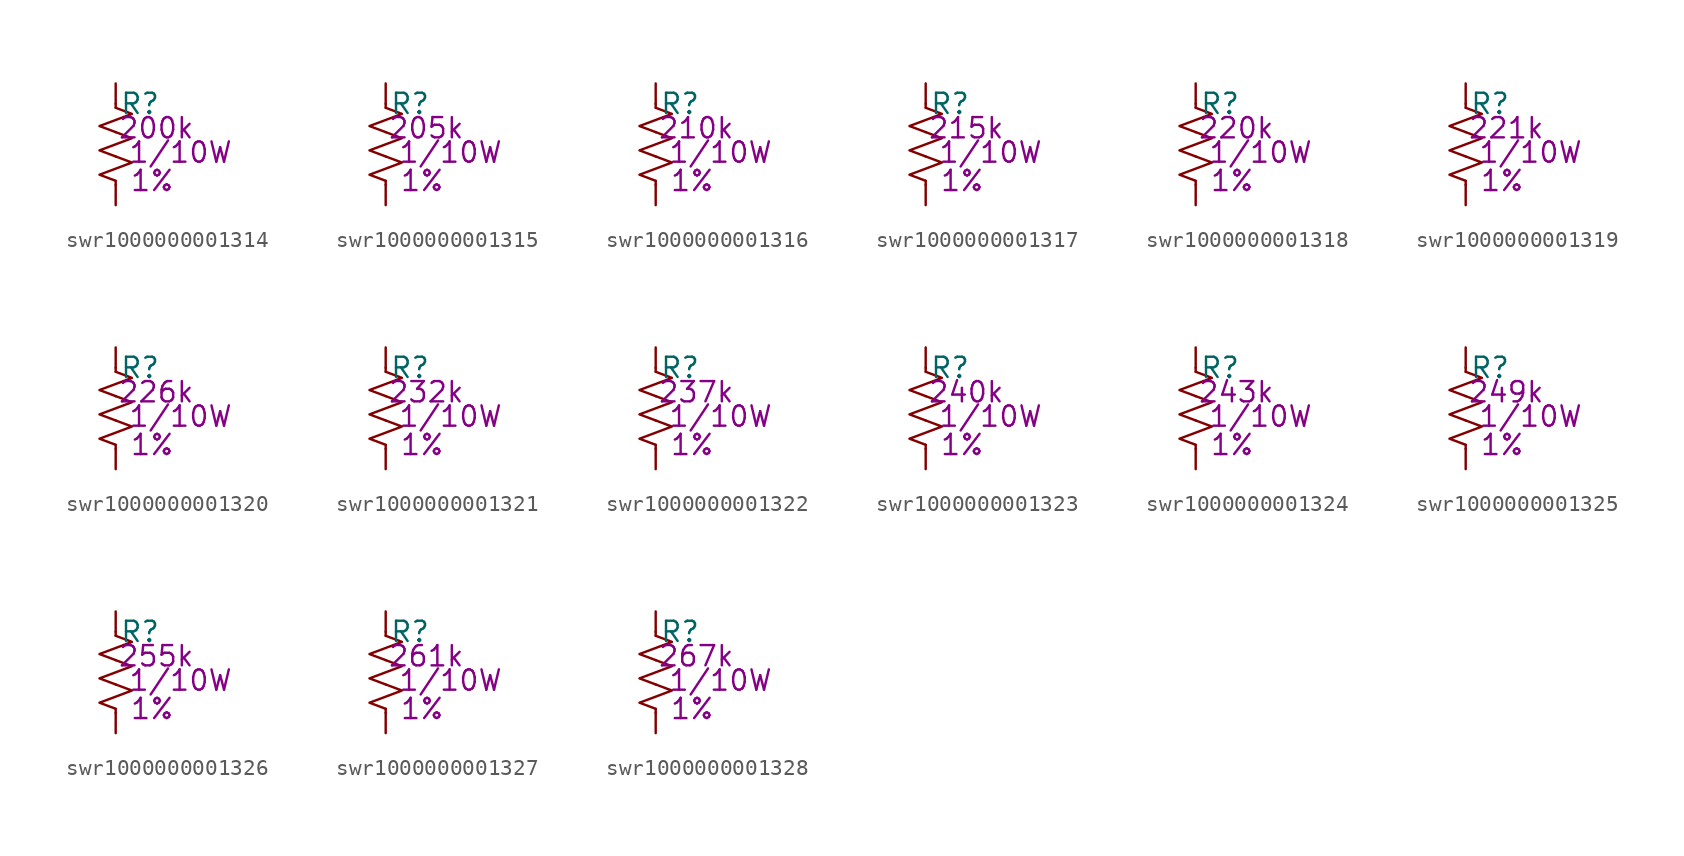
<source format=kicad_sym>
(kicad_symbol_lib
  (version 20211014)
  (generator kicad_symbol_editor)
  (symbol "swr1000000001314"
    (pin_numbers hide)
    (pin_names
      (offset 1.016))
    (property "Reference" "R"
      (at 1.524 2.54 0)
      (effects (font (size 1.27 1.27))))
    (property "PartValue" "200k"
      (at 2.54 1.016 0)
      (effects (font (size 1.27 1.27))))
    (property "Tolerance" "1%"
      (at 2.286 -2.286 0)
      (effects (font (size 1.27 1.27))))
    (property "Wattage" "1/10W"
      (at 4.064 -0.508 0)
      (effects (font (size 1.27 1.27))))
    (symbol "swr1000000001314_1_1"
      (polyline (pts (xy 0 -2.286) (xy 0 -2.54)) (stroke (width 0) (type default) (color 0 0 0 0)) (fill (type none)))
      (polyline (pts (xy 0 2.286) (xy 0 2.54)) (stroke (width 0) (type default) (color 0 0 0 0)) (fill (type none)))
      (polyline (pts (xy 0 -0.762) (xy 1.016 -1.143) (xy 0 -1.524) (xy -1.016 -1.905) (xy 0 -2.286)) (stroke (width 0) (type default) (color 0 0 0 0)) (fill (type none)))
      (polyline (pts (xy 0 0.762) (xy 1.016 0.381) (xy 0 0) (xy -1.016 -0.381) (xy 0 -0.762)) (stroke (width 0) (type default) (color 0 0 0 0)) (fill (type none)))
      (polyline (pts (xy 0 2.286) (xy 1.016 1.905) (xy 0 1.524) (xy -1.016 1.143) (xy 0 0.762)) (stroke (width 0) (type default) (color 0 0 0 0)) (fill (type none)))
      (pin passive line (at 0 3.81 270) (length 1.27) (name "~" (effects (font (size 1.27 1.27)))) (number "1" (effects (font (size 1.27 1.27)))))
      (pin passive line (at 0 -3.81 90) (length 1.27) (name "~" (effects (font (size 1.27 1.27)))) (number "2" (effects (font (size 1.27 1.27)))))))
  (symbol "swr1000000001315"
    (pin_numbers hide)
    (pin_names
      (offset 1.016))
    (property "Reference" "R"
      (at 1.524 2.54 0)
      (effects (font (size 1.27 1.27))))
    (property "PartValue" "205k"
      (at 2.54 1.016 0)
      (effects (font (size 1.27 1.27))))
    (property "Tolerance" "1%"
      (at 2.286 -2.286 0)
      (effects (font (size 1.27 1.27))))
    (property "Wattage" "1/10W"
      (at 4.064 -0.508 0)
      (effects (font (size 1.27 1.27))))
    (symbol "swr1000000001315_1_1"
      (polyline (pts (xy 0 -2.286) (xy 0 -2.54)) (stroke (width 0) (type default) (color 0 0 0 0)) (fill (type none)))
      (polyline (pts (xy 0 2.286) (xy 0 2.54)) (stroke (width 0) (type default) (color 0 0 0 0)) (fill (type none)))
      (polyline (pts (xy 0 -0.762) (xy 1.016 -1.143) (xy 0 -1.524) (xy -1.016 -1.905) (xy 0 -2.286)) (stroke (width 0) (type default) (color 0 0 0 0)) (fill (type none)))
      (polyline (pts (xy 0 0.762) (xy 1.016 0.381) (xy 0 0) (xy -1.016 -0.381) (xy 0 -0.762)) (stroke (width 0) (type default) (color 0 0 0 0)) (fill (type none)))
      (polyline (pts (xy 0 2.286) (xy 1.016 1.905) (xy 0 1.524) (xy -1.016 1.143) (xy 0 0.762)) (stroke (width 0) (type default) (color 0 0 0 0)) (fill (type none)))
      (pin passive line (at 0 3.81 270) (length 1.27) (name "~" (effects (font (size 1.27 1.27)))) (number "1" (effects (font (size 1.27 1.27)))))
      (pin passive line (at 0 -3.81 90) (length 1.27) (name "~" (effects (font (size 1.27 1.27)))) (number "2" (effects (font (size 1.27 1.27)))))))
  (symbol "swr1000000001316"
    (pin_numbers hide)
    (pin_names
      (offset 1.016))
    (property "Reference" "R"
      (at 1.524 2.54 0)
      (effects (font (size 1.27 1.27))))
    (property "PartValue" "210k"
      (at 2.54 1.016 0)
      (effects (font (size 1.27 1.27))))
    (property "Tolerance" "1%"
      (at 2.286 -2.286 0)
      (effects (font (size 1.27 1.27))))
    (property "Wattage" "1/10W"
      (at 4.064 -0.508 0)
      (effects (font (size 1.27 1.27))))
    (symbol "swr1000000001316_1_1"
      (polyline (pts (xy 0 -2.286) (xy 0 -2.54)) (stroke (width 0) (type default) (color 0 0 0 0)) (fill (type none)))
      (polyline (pts (xy 0 2.286) (xy 0 2.54)) (stroke (width 0) (type default) (color 0 0 0 0)) (fill (type none)))
      (polyline (pts (xy 0 -0.762) (xy 1.016 -1.143) (xy 0 -1.524) (xy -1.016 -1.905) (xy 0 -2.286)) (stroke (width 0) (type default) (color 0 0 0 0)) (fill (type none)))
      (polyline (pts (xy 0 0.762) (xy 1.016 0.381) (xy 0 0) (xy -1.016 -0.381) (xy 0 -0.762)) (stroke (width 0) (type default) (color 0 0 0 0)) (fill (type none)))
      (polyline (pts (xy 0 2.286) (xy 1.016 1.905) (xy 0 1.524) (xy -1.016 1.143) (xy 0 0.762)) (stroke (width 0) (type default) (color 0 0 0 0)) (fill (type none)))
      (pin passive line (at 0 3.81 270) (length 1.27) (name "~" (effects (font (size 1.27 1.27)))) (number "1" (effects (font (size 1.27 1.27)))))
      (pin passive line (at 0 -3.81 90) (length 1.27) (name "~" (effects (font (size 1.27 1.27)))) (number "2" (effects (font (size 1.27 1.27)))))))
  (symbol "swr1000000001317"
    (pin_numbers hide)
    (pin_names
      (offset 1.016))
    (property "Reference" "R"
      (at 1.524 2.54 0)
      (effects (font (size 1.27 1.27))))
    (property "PartValue" "215k"
      (at 2.54 1.016 0)
      (effects (font (size 1.27 1.27))))
    (property "Tolerance" "1%"
      (at 2.286 -2.286 0)
      (effects (font (size 1.27 1.27))))
    (property "Wattage" "1/10W"
      (at 4.064 -0.508 0)
      (effects (font (size 1.27 1.27))))
    (symbol "swr1000000001317_1_1"
      (polyline (pts (xy 0 -2.286) (xy 0 -2.54)) (stroke (width 0) (type default) (color 0 0 0 0)) (fill (type none)))
      (polyline (pts (xy 0 2.286) (xy 0 2.54)) (stroke (width 0) (type default) (color 0 0 0 0)) (fill (type none)))
      (polyline (pts (xy 0 -0.762) (xy 1.016 -1.143) (xy 0 -1.524) (xy -1.016 -1.905) (xy 0 -2.286)) (stroke (width 0) (type default) (color 0 0 0 0)) (fill (type none)))
      (polyline (pts (xy 0 0.762) (xy 1.016 0.381) (xy 0 0) (xy -1.016 -0.381) (xy 0 -0.762)) (stroke (width 0) (type default) (color 0 0 0 0)) (fill (type none)))
      (polyline (pts (xy 0 2.286) (xy 1.016 1.905) (xy 0 1.524) (xy -1.016 1.143) (xy 0 0.762)) (stroke (width 0) (type default) (color 0 0 0 0)) (fill (type none)))
      (pin passive line (at 0 3.81 270) (length 1.27) (name "~" (effects (font (size 1.27 1.27)))) (number "1" (effects (font (size 1.27 1.27)))))
      (pin passive line (at 0 -3.81 90) (length 1.27) (name "~" (effects (font (size 1.27 1.27)))) (number "2" (effects (font (size 1.27 1.27)))))))
  (symbol "swr1000000001318"
    (pin_numbers hide)
    (pin_names
      (offset 1.016))
    (property "Reference" "R"
      (at 1.524 2.54 0)
      (effects (font (size 1.27 1.27))))
    (property "PartValue" "220k"
      (at 2.54 1.016 0)
      (effects (font (size 1.27 1.27))))
    (property "Tolerance" "1%"
      (at 2.286 -2.286 0)
      (effects (font (size 1.27 1.27))))
    (property "Wattage" "1/10W"
      (at 4.064 -0.508 0)
      (effects (font (size 1.27 1.27))))
    (symbol "swr1000000001318_1_1"
      (polyline (pts (xy 0 -2.286) (xy 0 -2.54)) (stroke (width 0) (type default) (color 0 0 0 0)) (fill (type none)))
      (polyline (pts (xy 0 2.286) (xy 0 2.54)) (stroke (width 0) (type default) (color 0 0 0 0)) (fill (type none)))
      (polyline (pts (xy 0 -0.762) (xy 1.016 -1.143) (xy 0 -1.524) (xy -1.016 -1.905) (xy 0 -2.286)) (stroke (width 0) (type default) (color 0 0 0 0)) (fill (type none)))
      (polyline (pts (xy 0 0.762) (xy 1.016 0.381) (xy 0 0) (xy -1.016 -0.381) (xy 0 -0.762)) (stroke (width 0) (type default) (color 0 0 0 0)) (fill (type none)))
      (polyline (pts (xy 0 2.286) (xy 1.016 1.905) (xy 0 1.524) (xy -1.016 1.143) (xy 0 0.762)) (stroke (width 0) (type default) (color 0 0 0 0)) (fill (type none)))
      (pin passive line (at 0 3.81 270) (length 1.27) (name "~" (effects (font (size 1.27 1.27)))) (number "1" (effects (font (size 1.27 1.27)))))
      (pin passive line (at 0 -3.81 90) (length 1.27) (name "~" (effects (font (size 1.27 1.27)))) (number "2" (effects (font (size 1.27 1.27)))))))
  (symbol "swr1000000001319"
    (pin_numbers hide)
    (pin_names
      (offset 1.016))
    (property "Reference" "R"
      (at 1.524 2.54 0)
      (effects (font (size 1.27 1.27))))
    (property "PartValue" "221k"
      (at 2.54 1.016 0)
      (effects (font (size 1.27 1.27))))
    (property "Tolerance" "1%"
      (at 2.286 -2.286 0)
      (effects (font (size 1.27 1.27))))
    (property "Wattage" "1/10W"
      (at 4.064 -0.508 0)
      (effects (font (size 1.27 1.27))))
    (symbol "swr1000000001319_1_1"
      (polyline (pts (xy 0 -2.286) (xy 0 -2.54)) (stroke (width 0) (type default) (color 0 0 0 0)) (fill (type none)))
      (polyline (pts (xy 0 2.286) (xy 0 2.54)) (stroke (width 0) (type default) (color 0 0 0 0)) (fill (type none)))
      (polyline (pts (xy 0 -0.762) (xy 1.016 -1.143) (xy 0 -1.524) (xy -1.016 -1.905) (xy 0 -2.286)) (stroke (width 0) (type default) (color 0 0 0 0)) (fill (type none)))
      (polyline (pts (xy 0 0.762) (xy 1.016 0.381) (xy 0 0) (xy -1.016 -0.381) (xy 0 -0.762)) (stroke (width 0) (type default) (color 0 0 0 0)) (fill (type none)))
      (polyline (pts (xy 0 2.286) (xy 1.016 1.905) (xy 0 1.524) (xy -1.016 1.143) (xy 0 0.762)) (stroke (width 0) (type default) (color 0 0 0 0)) (fill (type none)))
      (pin passive line (at 0 3.81 270) (length 1.27) (name "~" (effects (font (size 1.27 1.27)))) (number "1" (effects (font (size 1.27 1.27)))))
      (pin passive line (at 0 -3.81 90) (length 1.27) (name "~" (effects (font (size 1.27 1.27)))) (number "2" (effects (font (size 1.27 1.27)))))))
  (symbol "swr1000000001320"
    (pin_numbers hide)
    (pin_names
      (offset 1.016))
    (property "Reference" "R"
      (at 1.524 2.54 0)
      (effects (font (size 1.27 1.27))))
    (property "PartValue" "226k"
      (at 2.54 1.016 0)
      (effects (font (size 1.27 1.27))))
    (property "Tolerance" "1%"
      (at 2.286 -2.286 0)
      (effects (font (size 1.27 1.27))))
    (property "Wattage" "1/10W"
      (at 4.064 -0.508 0)
      (effects (font (size 1.27 1.27))))
    (symbol "swr1000000001320_1_1"
      (polyline (pts (xy 0 -2.286) (xy 0 -2.54)) (stroke (width 0) (type default) (color 0 0 0 0)) (fill (type none)))
      (polyline (pts (xy 0 2.286) (xy 0 2.54)) (stroke (width 0) (type default) (color 0 0 0 0)) (fill (type none)))
      (polyline (pts (xy 0 -0.762) (xy 1.016 -1.143) (xy 0 -1.524) (xy -1.016 -1.905) (xy 0 -2.286)) (stroke (width 0) (type default) (color 0 0 0 0)) (fill (type none)))
      (polyline (pts (xy 0 0.762) (xy 1.016 0.381) (xy 0 0) (xy -1.016 -0.381) (xy 0 -0.762)) (stroke (width 0) (type default) (color 0 0 0 0)) (fill (type none)))
      (polyline (pts (xy 0 2.286) (xy 1.016 1.905) (xy 0 1.524) (xy -1.016 1.143) (xy 0 0.762)) (stroke (width 0) (type default) (color 0 0 0 0)) (fill (type none)))
      (pin passive line (at 0 3.81 270) (length 1.27) (name "~" (effects (font (size 1.27 1.27)))) (number "1" (effects (font (size 1.27 1.27)))))
      (pin passive line (at 0 -3.81 90) (length 1.27) (name "~" (effects (font (size 1.27 1.27)))) (number "2" (effects (font (size 1.27 1.27)))))))
  (symbol "swr1000000001321"
    (pin_numbers hide)
    (pin_names
      (offset 1.016))
    (property "Reference" "R"
      (at 1.524 2.54 0)
      (effects (font (size 1.27 1.27))))
    (property "PartValue" "232k"
      (at 2.54 1.016 0)
      (effects (font (size 1.27 1.27))))
    (property "Tolerance" "1%"
      (at 2.286 -2.286 0)
      (effects (font (size 1.27 1.27))))
    (property "Wattage" "1/10W"
      (at 4.064 -0.508 0)
      (effects (font (size 1.27 1.27))))
    (symbol "swr1000000001321_1_1"
      (polyline (pts (xy 0 -2.286) (xy 0 -2.54)) (stroke (width 0) (type default) (color 0 0 0 0)) (fill (type none)))
      (polyline (pts (xy 0 2.286) (xy 0 2.54)) (stroke (width 0) (type default) (color 0 0 0 0)) (fill (type none)))
      (polyline (pts (xy 0 -0.762) (xy 1.016 -1.143) (xy 0 -1.524) (xy -1.016 -1.905) (xy 0 -2.286)) (stroke (width 0) (type default) (color 0 0 0 0)) (fill (type none)))
      (polyline (pts (xy 0 0.762) (xy 1.016 0.381) (xy 0 0) (xy -1.016 -0.381) (xy 0 -0.762)) (stroke (width 0) (type default) (color 0 0 0 0)) (fill (type none)))
      (polyline (pts (xy 0 2.286) (xy 1.016 1.905) (xy 0 1.524) (xy -1.016 1.143) (xy 0 0.762)) (stroke (width 0) (type default) (color 0 0 0 0)) (fill (type none)))
      (pin passive line (at 0 3.81 270) (length 1.27) (name "~" (effects (font (size 1.27 1.27)))) (number "1" (effects (font (size 1.27 1.27)))))
      (pin passive line (at 0 -3.81 90) (length 1.27) (name "~" (effects (font (size 1.27 1.27)))) (number "2" (effects (font (size 1.27 1.27)))))))
  (symbol "swr1000000001322"
    (pin_numbers hide)
    (pin_names
      (offset 1.016))
    (property "Reference" "R"
      (at 1.524 2.54 0)
      (effects (font (size 1.27 1.27))))
    (property "PartValue" "237k"
      (at 2.54 1.016 0)
      (effects (font (size 1.27 1.27))))
    (property "Tolerance" "1%"
      (at 2.286 -2.286 0)
      (effects (font (size 1.27 1.27))))
    (property "Wattage" "1/10W"
      (at 4.064 -0.508 0)
      (effects (font (size 1.27 1.27))))
    (symbol "swr1000000001322_1_1"
      (polyline (pts (xy 0 -2.286) (xy 0 -2.54)) (stroke (width 0) (type default) (color 0 0 0 0)) (fill (type none)))
      (polyline (pts (xy 0 2.286) (xy 0 2.54)) (stroke (width 0) (type default) (color 0 0 0 0)) (fill (type none)))
      (polyline (pts (xy 0 -0.762) (xy 1.016 -1.143) (xy 0 -1.524) (xy -1.016 -1.905) (xy 0 -2.286)) (stroke (width 0) (type default) (color 0 0 0 0)) (fill (type none)))
      (polyline (pts (xy 0 0.762) (xy 1.016 0.381) (xy 0 0) (xy -1.016 -0.381) (xy 0 -0.762)) (stroke (width 0) (type default) (color 0 0 0 0)) (fill (type none)))
      (polyline (pts (xy 0 2.286) (xy 1.016 1.905) (xy 0 1.524) (xy -1.016 1.143) (xy 0 0.762)) (stroke (width 0) (type default) (color 0 0 0 0)) (fill (type none)))
      (pin passive line (at 0 3.81 270) (length 1.27) (name "~" (effects (font (size 1.27 1.27)))) (number "1" (effects (font (size 1.27 1.27)))))
      (pin passive line (at 0 -3.81 90) (length 1.27) (name "~" (effects (font (size 1.27 1.27)))) (number "2" (effects (font (size 1.27 1.27)))))))
  (symbol "swr1000000001323"
    (pin_numbers hide)
    (pin_names
      (offset 1.016))
    (property "Reference" "R"
      (at 1.524 2.54 0)
      (effects (font (size 1.27 1.27))))
    (property "PartValue" "240k"
      (at 2.54 1.016 0)
      (effects (font (size 1.27 1.27))))
    (property "Tolerance" "1%"
      (at 2.286 -2.286 0)
      (effects (font (size 1.27 1.27))))
    (property "Wattage" "1/10W"
      (at 4.064 -0.508 0)
      (effects (font (size 1.27 1.27))))
    (symbol "swr1000000001323_1_1"
      (polyline (pts (xy 0 -2.286) (xy 0 -2.54)) (stroke (width 0) (type default) (color 0 0 0 0)) (fill (type none)))
      (polyline (pts (xy 0 2.286) (xy 0 2.54)) (stroke (width 0) (type default) (color 0 0 0 0)) (fill (type none)))
      (polyline (pts (xy 0 -0.762) (xy 1.016 -1.143) (xy 0 -1.524) (xy -1.016 -1.905) (xy 0 -2.286)) (stroke (width 0) (type default) (color 0 0 0 0)) (fill (type none)))
      (polyline (pts (xy 0 0.762) (xy 1.016 0.381) (xy 0 0) (xy -1.016 -0.381) (xy 0 -0.762)) (stroke (width 0) (type default) (color 0 0 0 0)) (fill (type none)))
      (polyline (pts (xy 0 2.286) (xy 1.016 1.905) (xy 0 1.524) (xy -1.016 1.143) (xy 0 0.762)) (stroke (width 0) (type default) (color 0 0 0 0)) (fill (type none)))
      (pin passive line (at 0 3.81 270) (length 1.27) (name "~" (effects (font (size 1.27 1.27)))) (number "1" (effects (font (size 1.27 1.27)))))
      (pin passive line (at 0 -3.81 90) (length 1.27) (name "~" (effects (font (size 1.27 1.27)))) (number "2" (effects (font (size 1.27 1.27)))))))
  (symbol "swr1000000001324"
    (pin_numbers hide)
    (pin_names
      (offset 1.016))
    (property "Reference" "R"
      (at 1.524 2.54 0)
      (effects (font (size 1.27 1.27))))
    (property "PartValue" "243k"
      (at 2.54 1.016 0)
      (effects (font (size 1.27 1.27))))
    (property "Tolerance" "1%"
      (at 2.286 -2.286 0)
      (effects (font (size 1.27 1.27))))
    (property "Wattage" "1/10W"
      (at 4.064 -0.508 0)
      (effects (font (size 1.27 1.27))))
    (symbol "swr1000000001324_1_1"
      (polyline (pts (xy 0 -2.286) (xy 0 -2.54)) (stroke (width 0) (type default) (color 0 0 0 0)) (fill (type none)))
      (polyline (pts (xy 0 2.286) (xy 0 2.54)) (stroke (width 0) (type default) (color 0 0 0 0)) (fill (type none)))
      (polyline (pts (xy 0 -0.762) (xy 1.016 -1.143) (xy 0 -1.524) (xy -1.016 -1.905) (xy 0 -2.286)) (stroke (width 0) (type default) (color 0 0 0 0)) (fill (type none)))
      (polyline (pts (xy 0 0.762) (xy 1.016 0.381) (xy 0 0) (xy -1.016 -0.381) (xy 0 -0.762)) (stroke (width 0) (type default) (color 0 0 0 0)) (fill (type none)))
      (polyline (pts (xy 0 2.286) (xy 1.016 1.905) (xy 0 1.524) (xy -1.016 1.143) (xy 0 0.762)) (stroke (width 0) (type default) (color 0 0 0 0)) (fill (type none)))
      (pin passive line (at 0 3.81 270) (length 1.27) (name "~" (effects (font (size 1.27 1.27)))) (number "1" (effects (font (size 1.27 1.27)))))
      (pin passive line (at 0 -3.81 90) (length 1.27) (name "~" (effects (font (size 1.27 1.27)))) (number "2" (effects (font (size 1.27 1.27)))))))
  (symbol "swr1000000001325"
    (pin_numbers hide)
    (pin_names
      (offset 1.016))
    (property "Reference" "R"
      (at 1.524 2.54 0)
      (effects (font (size 1.27 1.27))))
    (property "PartValue" "249k"
      (at 2.54 1.016 0)
      (effects (font (size 1.27 1.27))))
    (property "Tolerance" "1%"
      (at 2.286 -2.286 0)
      (effects (font (size 1.27 1.27))))
    (property "Wattage" "1/10W"
      (at 4.064 -0.508 0)
      (effects (font (size 1.27 1.27))))
    (symbol "swr1000000001325_1_1"
      (polyline (pts (xy 0 -2.286) (xy 0 -2.54)) (stroke (width 0) (type default) (color 0 0 0 0)) (fill (type none)))
      (polyline (pts (xy 0 2.286) (xy 0 2.54)) (stroke (width 0) (type default) (color 0 0 0 0)) (fill (type none)))
      (polyline (pts (xy 0 -0.762) (xy 1.016 -1.143) (xy 0 -1.524) (xy -1.016 -1.905) (xy 0 -2.286)) (stroke (width 0) (type default) (color 0 0 0 0)) (fill (type none)))
      (polyline (pts (xy 0 0.762) (xy 1.016 0.381) (xy 0 0) (xy -1.016 -0.381) (xy 0 -0.762)) (stroke (width 0) (type default) (color 0 0 0 0)) (fill (type none)))
      (polyline (pts (xy 0 2.286) (xy 1.016 1.905) (xy 0 1.524) (xy -1.016 1.143) (xy 0 0.762)) (stroke (width 0) (type default) (color 0 0 0 0)) (fill (type none)))
      (pin passive line (at 0 3.81 270) (length 1.27) (name "~" (effects (font (size 1.27 1.27)))) (number "1" (effects (font (size 1.27 1.27)))))
      (pin passive line (at 0 -3.81 90) (length 1.27) (name "~" (effects (font (size 1.27 1.27)))) (number "2" (effects (font (size 1.27 1.27)))))))
  (symbol "swr1000000001326"
    (pin_numbers hide)
    (pin_names
      (offset 1.016))
    (property "Reference" "R"
      (at 1.524 2.54 0)
      (effects (font (size 1.27 1.27))))
    (property "PartValue" "255k"
      (at 2.54 1.016 0)
      (effects (font (size 1.27 1.27))))
    (property "Tolerance" "1%"
      (at 2.286 -2.286 0)
      (effects (font (size 1.27 1.27))))
    (property "Wattage" "1/10W"
      (at 4.064 -0.508 0)
      (effects (font (size 1.27 1.27))))
    (symbol "swr1000000001326_1_1"
      (polyline (pts (xy 0 -2.286) (xy 0 -2.54)) (stroke (width 0) (type default) (color 0 0 0 0)) (fill (type none)))
      (polyline (pts (xy 0 2.286) (xy 0 2.54)) (stroke (width 0) (type default) (color 0 0 0 0)) (fill (type none)))
      (polyline (pts (xy 0 -0.762) (xy 1.016 -1.143) (xy 0 -1.524) (xy -1.016 -1.905) (xy 0 -2.286)) (stroke (width 0) (type default) (color 0 0 0 0)) (fill (type none)))
      (polyline (pts (xy 0 0.762) (xy 1.016 0.381) (xy 0 0) (xy -1.016 -0.381) (xy 0 -0.762)) (stroke (width 0) (type default) (color 0 0 0 0)) (fill (type none)))
      (polyline (pts (xy 0 2.286) (xy 1.016 1.905) (xy 0 1.524) (xy -1.016 1.143) (xy 0 0.762)) (stroke (width 0) (type default) (color 0 0 0 0)) (fill (type none)))
      (pin passive line (at 0 3.81 270) (length 1.27) (name "~" (effects (font (size 1.27 1.27)))) (number "1" (effects (font (size 1.27 1.27)))))
      (pin passive line (at 0 -3.81 90) (length 1.27) (name "~" (effects (font (size 1.27 1.27)))) (number "2" (effects (font (size 1.27 1.27)))))))
  (symbol "swr1000000001327"
    (pin_numbers hide)
    (pin_names
      (offset 1.016))
    (property "Reference" "R"
      (at 1.524 2.54 0)
      (effects (font (size 1.27 1.27))))
    (property "PartValue" "261k"
      (at 2.54 1.016 0)
      (effects (font (size 1.27 1.27))))
    (property "Tolerance" "1%"
      (at 2.286 -2.286 0)
      (effects (font (size 1.27 1.27))))
    (property "Wattage" "1/10W"
      (at 4.064 -0.508 0)
      (effects (font (size 1.27 1.27))))
    (symbol "swr1000000001327_1_1"
      (polyline (pts (xy 0 -2.286) (xy 0 -2.54)) (stroke (width 0) (type default) (color 0 0 0 0)) (fill (type none)))
      (polyline (pts (xy 0 2.286) (xy 0 2.54)) (stroke (width 0) (type default) (color 0 0 0 0)) (fill (type none)))
      (polyline (pts (xy 0 -0.762) (xy 1.016 -1.143) (xy 0 -1.524) (xy -1.016 -1.905) (xy 0 -2.286)) (stroke (width 0) (type default) (color 0 0 0 0)) (fill (type none)))
      (polyline (pts (xy 0 0.762) (xy 1.016 0.381) (xy 0 0) (xy -1.016 -0.381) (xy 0 -0.762)) (stroke (width 0) (type default) (color 0 0 0 0)) (fill (type none)))
      (polyline (pts (xy 0 2.286) (xy 1.016 1.905) (xy 0 1.524) (xy -1.016 1.143) (xy 0 0.762)) (stroke (width 0) (type default) (color 0 0 0 0)) (fill (type none)))
      (pin passive line (at 0 3.81 270) (length 1.27) (name "~" (effects (font (size 1.27 1.27)))) (number "1" (effects (font (size 1.27 1.27)))))
      (pin passive line (at 0 -3.81 90) (length 1.27) (name "~" (effects (font (size 1.27 1.27)))) (number "2" (effects (font (size 1.27 1.27)))))))
  (symbol "swr1000000001328"
    (pin_numbers hide)
    (pin_names
      (offset 1.016))
    (property "Reference" "R"
      (at 1.524 2.54 0)
      (effects (font (size 1.27 1.27))))
    (property "PartValue" "267k"
      (at 2.54 1.016 0)
      (effects (font (size 1.27 1.27))))
    (property "Tolerance" "1%"
      (at 2.286 -2.286 0)
      (effects (font (size 1.27 1.27))))
    (property "Wattage" "1/10W"
      (at 4.064 -0.508 0)
      (effects (font (size 1.27 1.27))))
    (symbol "swr1000000001328_1_1"
      (polyline (pts (xy 0 -2.286) (xy 0 -2.54)) (stroke (width 0) (type default) (color 0 0 0 0)) (fill (type none)))
      (polyline (pts (xy 0 2.286) (xy 0 2.54)) (stroke (width 0) (type default) (color 0 0 0 0)) (fill (type none)))
      (polyline (pts (xy 0 -0.762) (xy 1.016 -1.143) (xy 0 -1.524) (xy -1.016 -1.905) (xy 0 -2.286)) (stroke (width 0) (type default) (color 0 0 0 0)) (fill (type none)))
      (polyline (pts (xy 0 0.762) (xy 1.016 0.381) (xy 0 0) (xy -1.016 -0.381) (xy 0 -0.762)) (stroke (width 0) (type default) (color 0 0 0 0)) (fill (type none)))
      (polyline (pts (xy 0 2.286) (xy 1.016 1.905) (xy 0 1.524) (xy -1.016 1.143) (xy 0 0.762)) (stroke (width 0) (type default) (color 0 0 0 0)) (fill (type none)))
      (pin passive line (at 0 3.81 270) (length 1.27) (name "~" (effects (font (size 1.27 1.27)))) (number "1" (effects (font (size 1.27 1.27)))))
      (pin passive line (at 0 -3.81 90) (length 1.27) (name "~" (effects (font (size 1.27 1.27)))) (number "2" (effects (font (size 1.27 1.27))))))))
</source>
